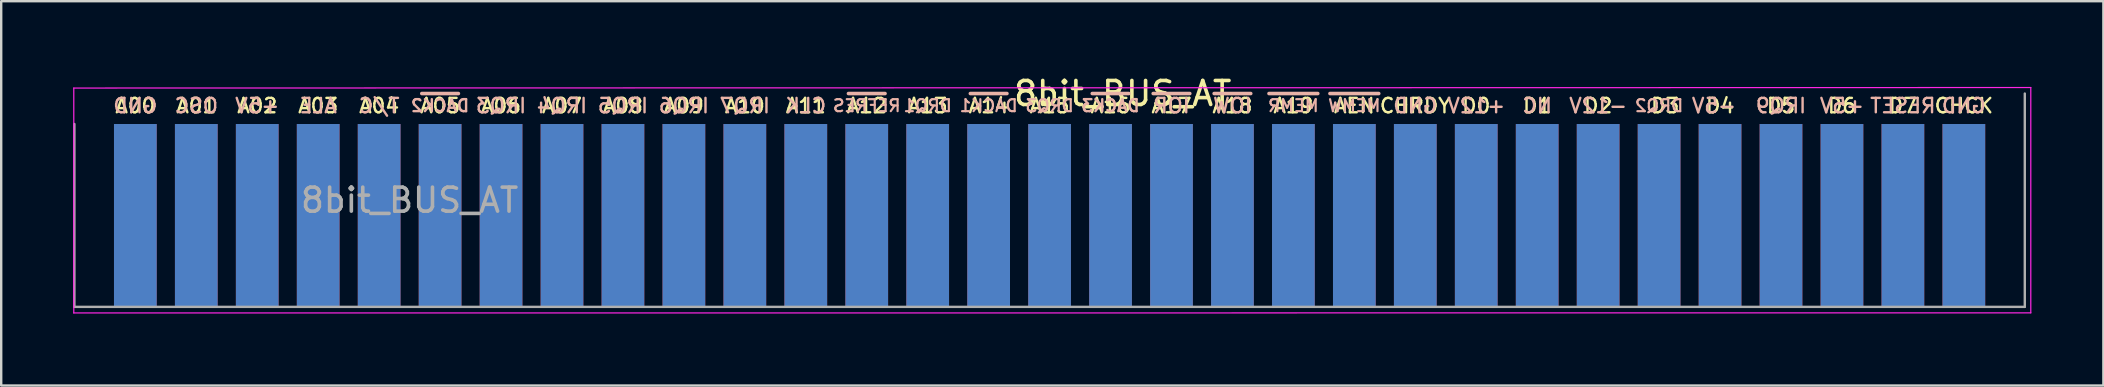
<source format=kicad_pcb>
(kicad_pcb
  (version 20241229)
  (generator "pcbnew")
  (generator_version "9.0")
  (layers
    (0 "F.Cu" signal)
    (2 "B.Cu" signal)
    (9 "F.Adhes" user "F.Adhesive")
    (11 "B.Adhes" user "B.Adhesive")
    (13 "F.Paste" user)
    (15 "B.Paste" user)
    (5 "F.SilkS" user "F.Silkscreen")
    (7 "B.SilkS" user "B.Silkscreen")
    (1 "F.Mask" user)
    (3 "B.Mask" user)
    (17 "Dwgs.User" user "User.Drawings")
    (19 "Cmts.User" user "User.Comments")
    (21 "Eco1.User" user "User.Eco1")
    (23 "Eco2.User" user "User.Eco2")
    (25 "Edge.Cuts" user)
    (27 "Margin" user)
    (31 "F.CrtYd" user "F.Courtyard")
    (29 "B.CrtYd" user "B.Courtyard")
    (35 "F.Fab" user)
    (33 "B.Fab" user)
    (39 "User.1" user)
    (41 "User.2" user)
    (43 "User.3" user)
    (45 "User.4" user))
  (footprint "8bit_BUS_AT"
    (layer "F.Cu")
    (at 78.79 5.928)
    (property "Reference" "8bit_BUS_AT" (at -35.052 -5.08 0) (layer "F.SilkS") (effects (font (size 1 1) (thickness 0.15))))
    (attr exclude_from_pos_files exclude_from_bom)
    (fp_line (start -64.262 -5.08) (end -62.738 -5.08) (stroke (width 0.15) (type solid)) (layer "B.SilkS"))
    (fp_line (start -46.482 -5.08) (end -44.958 -5.08) (stroke (width 0.15) (type solid)) (layer "B.SilkS"))
    (fp_line (start -41.402 -5.08) (end -39.878 -5.08) (stroke (width 0.15) (type solid)) (layer "B.SilkS"))
    (fp_line (start -36.322 -5.08) (end -34.798 -5.08) (stroke (width 0.15) (type solid)) (layer "B.SilkS"))
    (fp_line (start -33.782 -5.08) (end -32.258 -5.08) (stroke (width 0.15) (type solid)) (layer "B.SilkS"))
    (fp_line (start -31.242 -5.08) (end -29.718 -5.08) (stroke (width 0.15) (type solid)) (layer "B.SilkS"))
    (fp_line (start -28.956 -5.08) (end -26.924 -5.08) (stroke (width 0.15) (type solid)) (layer "B.SilkS"))
    (fp_line (start -26.416 -5.08) (end -24.384 -5.08) (stroke (width 0.15) (type solid)) (layer "B.SilkS"))
    (fp_line (start -78.765 -5.309) (end 2.79 -5.33) (stroke (width 0.05) (type solid)) (layer "F.CrtYd"))
    (fp_line (start -78.765 4.064) (end -78.765 -5.309) (stroke (width 0.05) (type solid)) (layer "F.CrtYd"))
    (fp_line (start 2.79 4.06) (end -78.765 4.064) (stroke (width 0.05) (type solid)) (layer "F.CrtYd"))
    (fp_line (start 2.79 4.06) (end 2.79 -5.33) (stroke (width 0.05) (type solid)) (layer "F.CrtYd"))
    (fp_line (start -78.74 3.81) (end -78.74 -3.81) (stroke (width 0.1) (type solid)) (layer "F.Fab"))
    (fp_line (start 2.54 -5.08) (end 2.54 3.81) (stroke (width 0.1) (type solid)) (layer "F.Fab"))
    (fp_line (start 2.54 3.81) (end -78.74 3.81) (stroke (width 0.1) (type solid)) (layer "F.Fab"))
    (fp_text user "D1" (at -17.78 -4.572 0) (layer "F.SilkS") (effects (font (size 0.6 0.6) (thickness 0.1))))
    (fp_text user "D6" (at -5.08 -4.572 0) (layer "F.SilkS") (effects (font (size 0.6 0.6) (thickness 0.1))))
    (fp_text user "A00" (at -76.2 -4.572 0) (layer "F.SilkS") (effects (font (size 0.6 0.6) (thickness 0.1))))
    (fp_text user "A18" (at -30.48 -4.572 0) (layer "F.SilkS") (effects (font (size 0.6 0.6) (thickness 0.1))))
    (fp_text user "A12" (at -45.72 -4.572 0) (layer "F.SilkS") (effects (font (size 0.6 0.6) (thickness 0.1))))
    (fp_text user "D0" (at -20.32 -4.572 0) (layer "F.SilkS") (effects (font (size 0.6 0.6) (thickness 0.1))))
    (fp_text user "A05" (at -63.5 -4.572 0) (layer "F.SilkS") (effects (font (size 0.6 0.6) (thickness 0.1))))
    (fp_text user "A07" (at -58.42 -4.572 0) (layer "F.SilkS") (effects (font (size 0.6 0.6) (thickness 0.1))))
    (fp_text user "D5" (at -7.62 -4.572 0) (layer "F.SilkS") (effects (font (size 0.6 0.6) (thickness 0.1))))
    (fp_text user "D4" (at -10.16 -4.572 0) (layer "F.SilkS") (effects (font (size 0.6 0.6) (thickness 0.1))))
    (fp_text user "A01" (at -73.66 -4.572 0) (layer "F.SilkS") (effects (font (size 0.6 0.6) (thickness 0.1))))
    (fp_text user "A08" (at -55.88 -4.572 0) (layer "F.SilkS") (effects (font (size 0.6 0.6) (thickness 0.1))))
    (fp_text user "A14" (at -40.64 -4.572 0) (layer "F.SilkS") (effects (font (size 0.6 0.6) (thickness 0.1))))
    (fp_text user "A13" (at -43.18 -4.572 0) (layer "F.SilkS") (effects (font (size 0.6 0.6) (thickness 0.1))))
    (fp_text user "A19" (at -27.94 -4.572 0) (layer "F.SilkS") (effects (font (size 0.6 0.6) (thickness 0.1))))
    (fp_text user "D7" (at -2.54 -4.572 0) (layer "F.SilkS") (effects (font (size 0.6 0.6) (thickness 0.1))))
    (fp_text user "D3" (at -12.446 -4.572 0) (layer "F.SilkS") (effects (font (size 0.6 0.6) (thickness 0.1))))
    (fp_text user "A03" (at -68.58 -4.572 0) (layer "F.SilkS") (effects (font (size 0.6 0.6) (thickness 0.1))))
    (fp_text user "A02" (at -71.12 -4.572 0) (layer "F.SilkS") (effects (font (size 0.6 0.6) (thickness 0.1))))
    (fp_text user "A16" (at -35.56 -4.572 0) (layer "F.SilkS") (effects (font (size 0.6 0.6) (thickness 0.1))))
    (fp_text user "CHRDY" (at -22.86 -4.572 0) (layer "F.SilkS") (effects (font (size 0.6 0.6) (thickness 0.1))))
    (fp_text user "A17" (at -33.02 -4.572 0) (layer "F.SilkS") (effects (font (size 0.6 0.6) (thickness 0.1))))
    (fp_text user "AEN" (at -25.4 -4.572 0) (layer "F.SilkS") (effects (font (size 0.6 0.6) (thickness 0.1))))
    (fp_text user "A09" (at -53.34 -4.572 0) (layer "F.SilkS") (effects (font (size 0.6 0.6) (thickness 0.1))))
    (fp_text user "A10" (at -50.8 -4.572 0) (layer "F.SilkS") (effects (font (size 0.6 0.6) (thickness 0.1))))
    (fp_text user "A11" (at -48.26 -4.572 0) (layer "F.SilkS") (effects (font (size 0.6 0.6) (thickness 0.1))))
    (fp_text user "A04" (at -66.04 -4.572 0) (layer "F.SilkS") (effects (font (size 0.6 0.6) (thickness 0.1))))
    (fp_text user "CHCK" (at 0 -4.572 0) (layer "F.SilkS") (effects (font (size 0.6 0.6) (thickness 0.1))))
    (fp_text user "D2" (at -15.24 -4.572 0) (layer "F.SilkS") (effects (font (size 0.6 0.6) (thickness 0.1))))
    (fp_text user "A06" (at -60.96 -4.572 0) (layer "F.SilkS") (effects (font (size 0.6 0.6) (thickness 0.1))))
    (fp_text user "A15" (at -38.1 -4.572 0) (layer "F.SilkS") (effects (font (size 0.6 0.6) (thickness 0.1))))
    (fp_text user "GND" (at 0 -4.572 0) (layer "B.SilkS") (effects (font (size 0.6 0.6) (thickness 0.1)) (justify mirror)))
    (fp_text user "GND" (at -76.2 -4.572 0) (layer "B.SilkS") (effects (font (size 0.6 0.6) (thickness 0.1)) (justify mirror)))
    (fp_text user "IOR" (at -33.02 -4.572 0) (layer "B.SilkS") (effects (font (size 0.6 0.6) (thickness 0.1)) (justify mirror)))
    (fp_text user "GND" (at -22.86 -4.572 0) (layer "B.SilkS") (effects (font (size 0.6 0.6) (thickness 0.1)) (justify mirror)))
    (fp_text user "T/C" (at -66.04 -4.572 0) (layer "B.SilkS") (effects (font (size 0.6 0.6) (thickness 0.1)) (justify mirror)))
    (fp_text user "RESET" (at -2.54 -4.572 0) (layer "B.SilkS") (effects (font (size 0.6 0.6) (thickness 0.1)) (justify mirror)))
    (fp_text user "DRQ3" (at -38.1 -4.572 0) (layer "B.SilkS") (effects (font (size 0.5 0.5) (thickness 0.09)) (justify mirror)))
    (fp_text user "IRQ3" (at -60.96 -4.572 0) (layer "B.SilkS") (effects (font (size 0.6 0.6) (thickness 0.1)) (justify mirror)))
    (fp_text user "-12V" (at -15.24 -4.572 0) (layer "B.SilkS") (effects (font (size 0.6 0.6) (thickness 0.1)) (justify mirror)))
    (fp_text user "DRQ1" (at -43.18 -4.572 0) (layer "B.SilkS") (effects (font (size 0.5 0.5) (thickness 0.09)) (justify mirror)))
    (fp_text user "IRQ7" (at -50.8 -4.572 0) (layer "B.SilkS") (effects (font (size 0.6 0.6) (thickness 0.1)) (justify mirror)))
    (fp_text user "MEMW" (at -25.4 -4.572 0) (layer "B.SilkS") (effects (font (size 0.5 0.5) (thickness 0.09)) (justify mirror)))
    (fp_text user "NC" (at -17.78 -4.572 0) (layer "B.SilkS") (effects (font (size 0.6 0.6) (thickness 0.1)) (justify mirror)))
    (fp_text user "IRQ6" (at -53.34 -4.572 0) (layer "B.SilkS") (effects (font (size 0.6 0.6) (thickness 0.1)) (justify mirror)))
    (fp_text user "IOW" (at -30.48 -4.572 0) (layer "B.SilkS") (effects (font (size 0.6 0.6) (thickness 0.1)) (justify mirror)))
    (fp_text user "DACK3" (at -35.56 -4.572 0) (layer "B.SilkS") (effects (font (size 0.5 0.5) (thickness 0.1)) (justify mirror)))
    (fp_text user "ALE" (at -68.58 -4.572 0) (layer "B.SilkS") (effects (font (size 0.6 0.6) (thickness 0.1)) (justify mirror)))
    (fp_text user "REFRES" (at -45.72 -4.572 0) (layer "B.SilkS") (effects (font (size 0.5 0.5) (thickness 0.09)) (justify mirror)))
    (fp_text user "MEMR" (at -27.94 -4.572 0) (layer "B.SilkS") (effects (font (size 0.5 0.5) (thickness 0.09)) (justify mirror)))
    (fp_text user "+5V" (at -71.12 -4.572 0) (layer "B.SilkS") (effects (font (size 0.6 0.6) (thickness 0.1)) (justify mirror)))
    (fp_text user "DACK1" (at -40.64 -4.572 0) (layer "B.SilkS") (effects (font (size 0.5 0.5) (thickness 0.09)) (justify mirror)))
    (fp_text user "CLK" (at -48.26 -4.572 0) (layer "B.SilkS") (effects (font (size 0.6 0.6) (thickness 0.1)) (justify mirror)))
    (fp_text user "OSC" (at -73.66 -4.572 0) (layer "B.SilkS") (effects (font (size 0.6 0.6) (thickness 0.1)) (justify mirror)))
    (fp_text user "IRQ4" (at -58.42 -4.572 0) (layer "B.SilkS") (effects (font (size 0.6 0.6) (thickness 0.1)) (justify mirror)))
    (fp_text user "IRQ5" (at -55.88 -4.572 0) (layer "B.SilkS") (effects (font (size 0.6 0.6) (thickness 0.1)) (justify mirror)))
    (fp_text user "IRQ9" (at -7.62 -4.572 0) (layer "B.SilkS") (effects (font (size 0.6 0.6) (thickness 0.1)) (justify mirror)))
    (fp_text user "DRQ2" (at -12.7 -4.572 0) (layer "B.SilkS") (effects (font (size 0.5 0.5) (thickness 0.09)) (justify mirror)))
    (fp_text user "DACK2" (at -63.5 -4.572 0) (layer "B.SilkS") (effects (font (size 0.5 0.5) (thickness 0.1)) (justify mirror)))
    (fp_text user "+5V" (at -5.08 -4.572 0) (layer "B.SilkS") (effects (font (size 0.6 0.6) (thickness 0.1)) (justify mirror)))
    (fp_text user "-5V" (at -10.414 -4.572 0) (layer "B.SilkS") (effects (font (size 0.6 0.6) (thickness 0.1)) (justify mirror)))
    (fp_text user "+12V" (at -20.32 -4.572 0) (layer "B.SilkS") (effects (font (size 0.6 0.6) (thickness 0.1)) (justify mirror)))
    (fp_text user "${REFERENCE}" (at -64.77 -0.635 0) (layer "F.Fab") (effects (font (size 1 1) (thickness 0.15))))
    (pad "1" connect rect (at 0 0) (size 1.78 7.62) (layers "B.Cu" "B.Mask"))
    (pad "2" connect rect (at -2.54 0) (size 1.78 7.62) (layers "B.Cu" "B.Mask"))
    (pad "3" connect rect (at -5.08 0) (size 1.78 7.62) (layers "B.Cu" "B.Mask"))
    (pad "4" connect rect (at -7.62 0) (size 1.78 7.62) (layers "B.Cu" "B.Mask"))
    (pad "5" connect rect (at -10.16 0) (size 1.78 7.62) (layers "B.Cu" "B.Mask"))
    (pad "6" connect rect (at -12.7 0) (size 1.78 7.62) (layers "B.Cu" "B.Mask"))
    (pad "7" connect rect (at -15.24 0) (size 1.78 7.62) (layers "B.Cu" "B.Mask"))
    (pad "8" connect rect (at -17.78 0) (size 1.78 7.62) (layers "B.Cu" "B.Mask"))
    (pad "9" connect rect (at -20.32 0) (size 1.78 7.62) (layers "B.Cu" "B.Mask"))
    (pad "10" connect rect (at -22.86 0) (size 1.78 7.62) (layers "B.Cu" "B.Mask"))
    (pad "11" connect rect (at -25.4 0) (size 1.78 7.62) (layers "B.Cu" "B.Mask"))
    (pad "12" connect rect (at -27.94 0) (size 1.78 7.62) (layers "B.Cu" "B.Mask"))
    (pad "13" connect rect (at -30.48 0) (size 1.78 7.62) (layers "B.Cu" "B.Mask"))
    (pad "14" connect rect (at -33.02 0) (size 1.78 7.62) (layers "B.Cu" "B.Mask"))
    (pad "15" connect rect (at -35.56 0) (size 1.78 7.62) (layers "B.Cu" "B.Mask"))
    (pad "16" connect rect (at -38.1 0) (size 1.78 7.62) (layers "B.Cu" "B.Mask"))
    (pad "17" connect rect (at -40.64 0) (size 1.78 7.62) (layers "B.Cu" "B.Mask"))
    (pad "18" connect rect (at -43.18 0) (size 1.78 7.62) (layers "B.Cu" "B.Mask"))
    (pad "19" connect rect (at -45.72 0) (size 1.78 7.62) (layers "B.Cu" "B.Mask"))
    (pad "20" connect rect (at -48.26 0) (size 1.78 7.62) (layers "B.Cu" "B.Mask"))
    (pad "21" connect rect (at -50.8 0) (size 1.78 7.62) (layers "B.Cu" "B.Mask"))
    (pad "22" connect rect (at -53.34 0) (size 1.78 7.62) (layers "B.Cu" "B.Mask"))
    (pad "23" connect rect (at -55.88 0) (size 1.78 7.62) (layers "B.Cu" "B.Mask"))
    (pad "24" connect rect (at -58.42 0) (size 1.78 7.62) (layers "B.Cu" "B.Mask"))
    (pad "25" connect rect (at -60.96 0) (size 1.78 7.62) (layers "B.Cu" "B.Mask"))
    (pad "26" connect rect (at -63.5 0) (size 1.78 7.62) (layers "B.Cu" "B.Mask"))
    (pad "27" connect rect (at -66.04 0) (size 1.78 7.62) (layers "B.Cu" "B.Mask"))
    (pad "28" connect rect (at -68.58 0) (size 1.78 7.62) (layers "B.Cu" "B.Mask"))
    (pad "29" connect rect (at -71.12 0) (size 1.78 7.62) (layers "B.Cu" "B.Mask"))
    (pad "30" connect rect (at -73.66 0) (size 1.78 7.62) (layers "B.Cu" "B.Mask"))
    (pad "31" connect rect (at -76.2 0) (size 1.78 7.62) (layers "B.Cu" "B.Mask"))
    (pad "32" connect rect (at 0 0) (size 1.78 7.62) (layers "F.Cu" "F.Mask"))
    (pad "33" connect rect (at -2.54 0) (size 1.78 7.62) (layers "F.Cu" "F.Mask"))
    (pad "34" connect rect (at -5.08 0) (size 1.78 7.62) (layers "F.Cu" "F.Mask"))
    (pad "35" connect rect (at -7.62 0) (size 1.78 7.62) (layers "F.Cu" "F.Mask"))
    (pad "36" connect rect (at -10.16 0) (size 1.78 7.62) (layers "F.Cu" "F.Mask"))
    (pad "37" connect rect (at -12.7 0) (size 1.78 7.62) (layers "F.Cu" "F.Mask"))
    (pad "38" connect rect (at -15.24 0) (size 1.78 7.62) (layers "F.Cu" "F.Mask"))
    (pad "39" connect rect (at -17.78 0) (size 1.78 7.62) (layers "F.Cu" "F.Mask"))
    (pad "40" connect rect (at -20.32 0) (size 1.78 7.62) (layers "F.Cu" "F.Mask"))
    (pad "41" connect rect (at -22.86 0) (size 1.78 7.62) (layers "F.Cu" "F.Mask"))
    (pad "42" connect rect (at -25.4 0) (size 1.78 7.62) (layers "F.Cu" "F.Mask"))
    (pad "43" connect rect (at -27.94 0) (size 1.78 7.62) (layers "F.Cu" "F.Mask"))
    (pad "44" connect rect (at -30.48 0) (size 1.78 7.62) (layers "F.Cu" "F.Mask"))
    (pad "45" connect rect (at -33.02 0) (size 1.78 7.62) (layers "F.Cu" "F.Mask"))
    (pad "46" connect rect (at -35.56 0) (size 1.78 7.62) (layers "F.Cu" "F.Mask"))
    (pad "47" connect rect (at -38.1 0) (size 1.78 7.62) (layers "F.Cu" "F.Mask"))
    (pad "48" connect rect (at -40.64 0) (size 1.78 7.62) (layers "F.Cu" "F.Mask"))
    (pad "49" connect rect (at -43.18 0) (size 1.78 7.62) (layers "F.Cu" "F.Mask"))
    (pad "50" connect rect (at -45.72 0) (size 1.78 7.62) (layers "F.Cu" "F.Mask"))
    (pad "51" connect rect (at -48.26 0) (size 1.78 7.62) (layers "F.Cu" "F.Mask"))
    (pad "52" connect rect (at -50.8 0) (size 1.78 7.62) (layers "F.Cu" "F.Mask"))
    (pad "53" connect rect (at -53.34 0) (size 1.78 7.62) (layers "F.Cu" "F.Mask"))
    (pad "54" connect rect (at -55.88 0) (size 1.78 7.62) (layers "F.Cu" "F.Mask"))
    (pad "55" connect rect (at -58.42 0) (size 1.78 7.62) (layers "F.Cu" "F.Mask"))
    (pad "56" connect rect (at -60.96 0) (size 1.78 7.62) (layers "F.Cu" "F.Mask"))
    (pad "57" connect rect (at -63.5 0) (size 1.78 7.62) (layers "F.Cu" "F.Mask"))
    (pad "58" connect rect (at -66.04 0) (size 1.78 7.62) (layers "F.Cu" "F.Mask"))
    (pad "59" connect rect (at -68.58 0) (size 1.78 7.62) (layers "F.Cu" "F.Mask"))
    (pad "60" connect rect (at -71.12 0) (size 1.78 7.62) (layers "F.Cu" "F.Mask"))
    (pad "61" connect rect (at -73.66 0) (size 1.78 7.62) (layers "F.Cu" "F.Mask"))
    (pad "62" connect rect (at -76.2 0) (size 1.78 7.62) (layers "F.Cu" "F.Mask")))
  (gr_rect
    (start -3 -3)
    (end 84.605 13.017)
    (stroke (width 0.1) (type default))
    (fill no)
    (layer "Edge.Cuts")))
</source>
